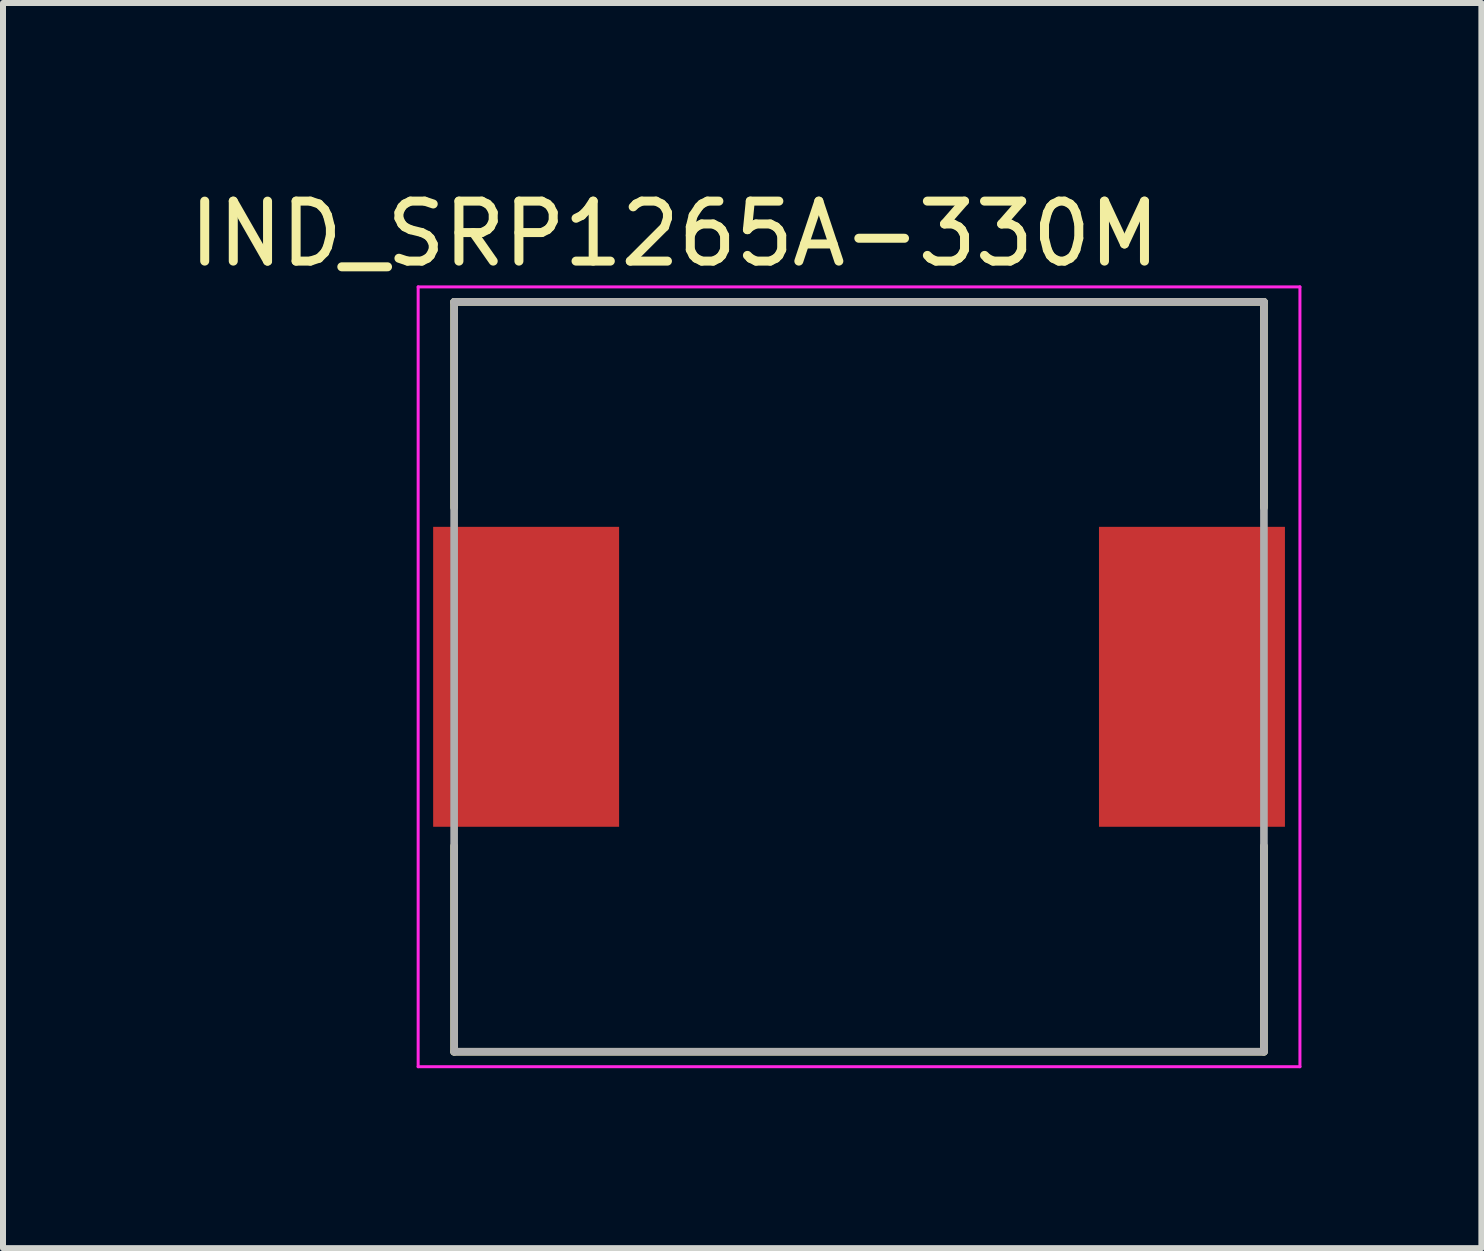
<source format=kicad_pcb>
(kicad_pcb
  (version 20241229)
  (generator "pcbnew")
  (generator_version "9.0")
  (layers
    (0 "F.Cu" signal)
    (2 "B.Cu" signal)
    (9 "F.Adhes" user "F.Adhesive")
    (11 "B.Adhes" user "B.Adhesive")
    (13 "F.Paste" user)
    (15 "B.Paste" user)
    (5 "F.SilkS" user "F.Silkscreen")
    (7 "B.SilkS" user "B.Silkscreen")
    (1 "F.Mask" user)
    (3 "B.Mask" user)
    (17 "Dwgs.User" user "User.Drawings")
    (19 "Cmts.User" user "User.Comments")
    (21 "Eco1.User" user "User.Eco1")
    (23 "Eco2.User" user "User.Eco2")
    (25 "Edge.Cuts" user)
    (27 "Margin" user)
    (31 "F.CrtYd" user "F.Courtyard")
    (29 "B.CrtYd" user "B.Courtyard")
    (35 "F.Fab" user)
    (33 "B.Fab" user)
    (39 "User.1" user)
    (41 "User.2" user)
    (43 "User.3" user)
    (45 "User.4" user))
  (footprint "IND_SRP1265A-330M"
    (layer "F.Cu")
    (at 11.271 8.233)
    (property "Reference" "IND_SRP1265A-330M" (at -3.075 -7.385 0) (layer "F.SilkS") (effects (font (size 1 1) (thickness 0.15))))
    (attr smd)
    (fp_line (start -6.75 -6.25) (end 6.75 -6.25) (stroke (width 0.127) (type solid)) (layer "F.SilkS"))
    (fp_line (start -6.75 -2.82) (end -6.75 -6.25) (stroke (width 0.127) (type solid)) (layer "F.SilkS"))
    (fp_line (start -6.75 6.25) (end -6.75 2.82) (stroke (width 0.127) (type solid)) (layer "F.SilkS"))
    (fp_line (start 6.75 -6.25) (end 6.75 -2.82) (stroke (width 0.127) (type solid)) (layer "F.SilkS"))
    (fp_line (start 6.75 6.25) (end -6.75 6.25) (stroke (width 0.127) (type solid)) (layer "F.SilkS"))
    (fp_line (start 6.75 6.25) (end 6.75 2.82) (stroke (width 0.127) (type solid)) (layer "F.SilkS"))
    (fp_line (start -7.35 -6.5) (end -7.35 6.5) (stroke (width 0.05) (type solid)) (layer "F.CrtYd"))
    (fp_line (start -7.35 6.5) (end 7.35 6.5) (stroke (width 0.05) (type solid)) (layer "F.CrtYd"))
    (fp_line (start 7.35 -6.5) (end -7.35 -6.5) (stroke (width 0.05) (type solid)) (layer "F.CrtYd"))
    (fp_line (start 7.35 6.5) (end 7.35 -6.5) (stroke (width 0.05) (type solid)) (layer "F.CrtYd"))
    (fp_line (start -6.75 -6.25) (end 6.75 -6.25) (stroke (width 0.127) (type solid)) (layer "F.Fab"))
    (fp_line (start -6.75 6.25) (end -6.75 -6.25) (stroke (width 0.127) (type solid)) (layer "F.Fab"))
    (fp_line (start 6.75 -6.25) (end 6.75 6.25) (stroke (width 0.127) (type solid)) (layer "F.Fab"))
    (fp_line (start 6.75 6.25) (end -6.75 6.25) (stroke (width 0.127) (type solid)) (layer "F.Fab"))
    (pad "1" smd rect (at -5.55 0) (size 3.1 5) (layers "F.Cu" "F.Mask" "F.Paste"))
    (pad "2" smd rect (at 5.55 0) (size 3.1 5) (layers "F.Cu" "F.Mask" "F.Paste")))
  (gr_rect
    (start -3 -3)
    (end 21.646 17.758)
    (stroke (width 0.1) (type default))
    (fill no)
    (layer "Edge.Cuts")))
</source>
